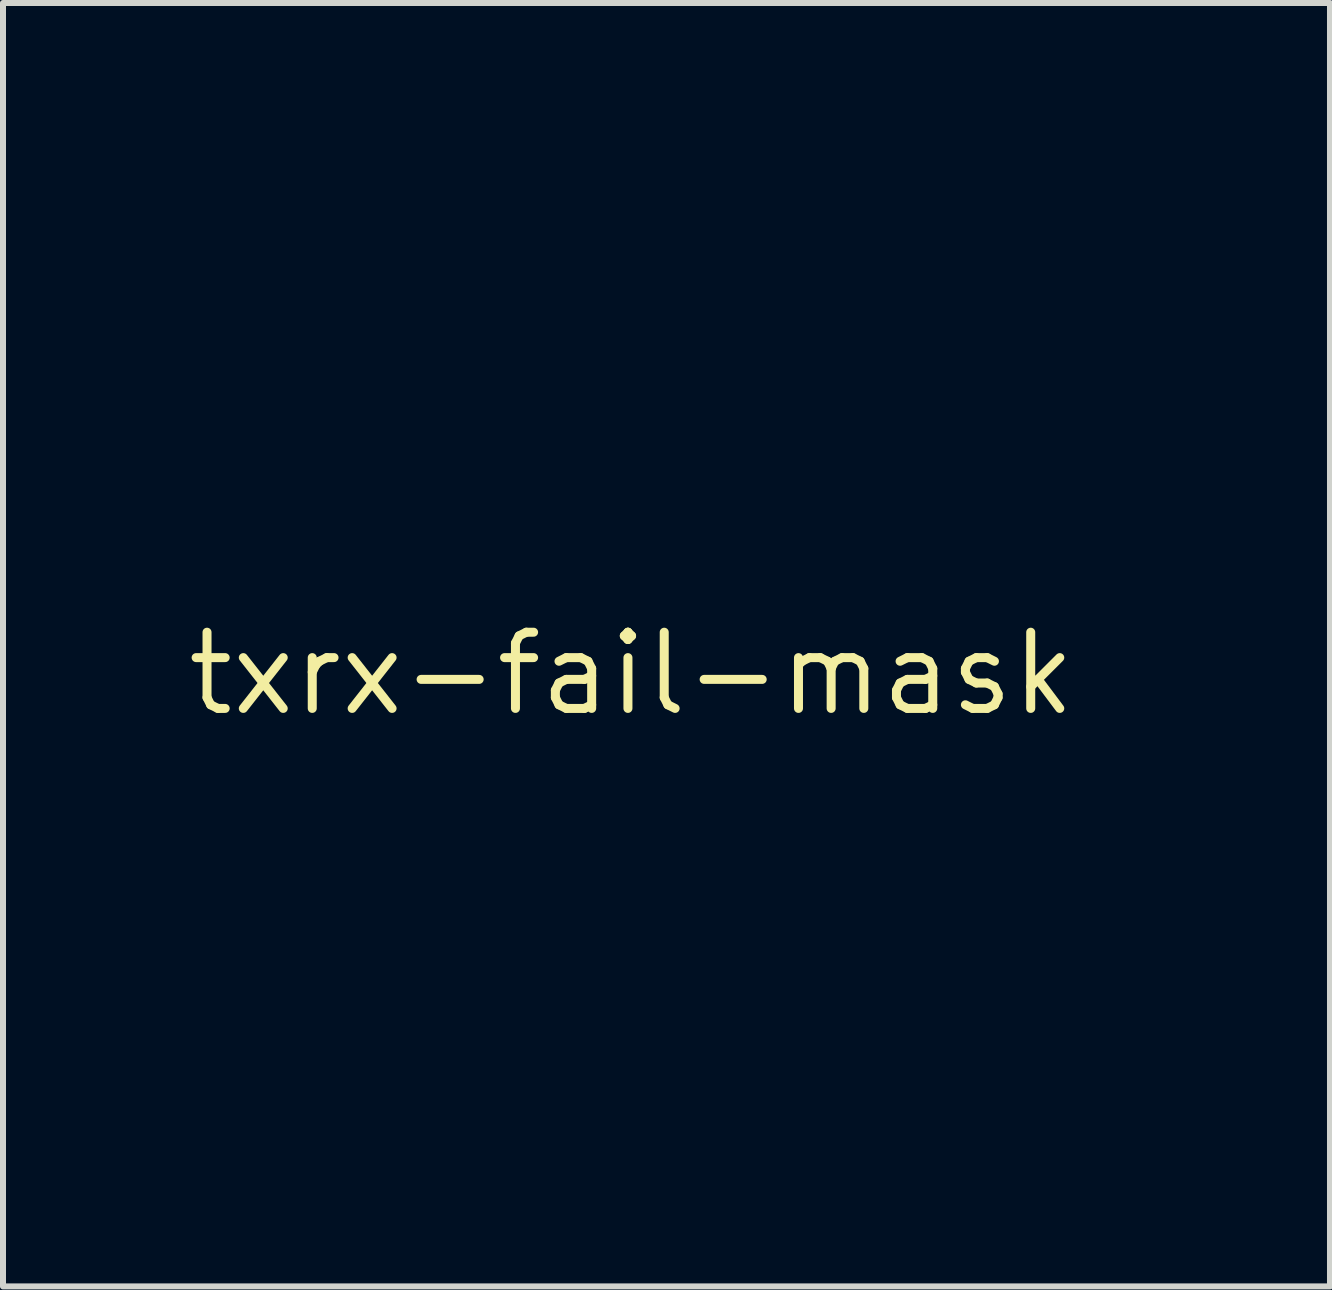
<source format=kicad_pcb>
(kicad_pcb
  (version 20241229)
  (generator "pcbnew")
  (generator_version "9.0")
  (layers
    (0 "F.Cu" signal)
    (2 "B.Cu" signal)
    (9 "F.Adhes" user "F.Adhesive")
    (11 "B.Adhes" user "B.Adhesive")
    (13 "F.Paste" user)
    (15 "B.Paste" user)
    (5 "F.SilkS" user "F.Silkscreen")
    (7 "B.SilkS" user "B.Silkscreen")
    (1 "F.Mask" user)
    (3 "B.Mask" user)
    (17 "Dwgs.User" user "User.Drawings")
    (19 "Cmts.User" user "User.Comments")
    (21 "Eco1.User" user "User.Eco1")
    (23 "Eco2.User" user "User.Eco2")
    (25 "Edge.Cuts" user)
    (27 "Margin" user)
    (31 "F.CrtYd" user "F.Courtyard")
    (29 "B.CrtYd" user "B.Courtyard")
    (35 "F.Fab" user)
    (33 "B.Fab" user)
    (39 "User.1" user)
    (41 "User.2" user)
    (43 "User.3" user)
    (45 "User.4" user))
  (footprint "txrx-fail-mask"
    (layer "F.Cu")
    (at 7.476 8.177)
    (property "Reference" "txrx-fail-mask" (at 0 0 0) (layer "F.SilkS") (effects (font (size 1.27 1.27) (thickness 0.15))))
    (attr through_hole)
    (fp_poly (pts (xy 0.758 -1.405) (xy 0.877 -1.371) (xy 0.99 -1.319) (xy 1.095 -1.249) (xy 1.187 -1.163) (xy 1.267 -1.06) (xy 1.33 -0.942) (xy 1.372 -0.818) (xy 1.394 -0.684) (xy 1.391 -0.551) (xy 1.367 -0.421) (xy 1.322 -0.297) (xy 1.257 -0.182) (xy 1.174 -0.079) (xy 1.074 0.008) (xy 0.964 0.075) (xy 0.828 0.129) (xy 0.69 0.158) (xy 0.551 0.162) (xy 0.433 0.146) (xy 0.304 0.105) (xy 0.185 0.043) (xy 0.08 -0.037) (xy -0.011 -0.133) (xy -0.085 -0.243) (xy -0.141 -0.363) (xy -0.176 -0.492) (xy -0.188 -0.626) (xy -0.186 -0.673) (xy -0.165 -0.815) (xy -0.121 -0.947) (xy -0.054 -1.068) (xy 0.036 -1.178) (xy 0.045 -1.187) (xy 0.151 -1.277) (xy 0.266 -1.344) (xy 0.386 -1.39) (xy 0.51 -1.415) (xy 0.634 -1.42) (xy 0.758 -1.405)) (stroke (width 0.01) (type solid)) (fill yes) (layer "F.Mask"))
    (fp_poly (pts (xy 7.957 -1.413) (xy 8.031 -1.397) (xy 8.163 -1.352) (xy 8.281 -1.286) (xy 8.385 -1.203) (xy 8.473 -1.106) (xy 8.543 -0.996) (xy 8.595 -0.876) (xy 8.626 -0.749) (xy 8.635 -0.617) (xy 8.621 -0.482) (xy 8.611 -0.44) (xy 8.565 -0.307) (xy 8.499 -0.188) (xy 8.415 -0.084) (xy 8.317 0.004) (xy 8.205 0.074) (xy 8.084 0.125) (xy 7.955 0.156) (xy 7.82 0.163) (xy 7.682 0.148) (xy 7.672 0.146) (xy 7.543 0.105) (xy 7.424 0.043) (xy 7.318 -0.037) (xy 7.227 -0.133) (xy 7.153 -0.243) (xy 7.098 -0.363) (xy 7.063 -0.492) (xy 7.051 -0.626) (xy 7.053 -0.673) (xy 7.073 -0.81) (xy 7.115 -0.937) (xy 7.176 -1.053) (xy 7.255 -1.156) (xy 7.348 -1.245) (xy 7.454 -1.317) (xy 7.57 -1.372) (xy 7.694 -1.407) (xy 7.824 -1.421) (xy 7.957 -1.413)) (stroke (width 0.01) (type solid)) (fill yes) (layer "F.Mask"))
    (fp_poly (pts (xy 0.687 -8.167) (xy 0.783 -8.153) (xy 0.826 -8.142) (xy 0.958 -8.089) (xy 1.076 -8.017) (xy 1.178 -7.927) (xy 1.262 -7.822) (xy 1.328 -7.705) (xy 1.373 -7.576) (xy 1.395 -7.439) (xy 1.397 -7.379) (xy 1.385 -7.24) (xy 1.35 -7.109) (xy 1.295 -6.987) (xy 1.22 -6.878) (xy 1.129 -6.783) (xy 1.023 -6.704) (xy 0.904 -6.643) (xy 0.774 -6.603) (xy 0.65 -6.586) (xy 0.592 -6.584) (xy 0.533 -6.586) (xy 0.488 -6.59) (xy 0.353 -6.624) (xy 0.227 -6.68) (xy 0.114 -6.756) (xy 0.015 -6.849) (xy -0.068 -6.957) (xy -0.131 -7.079) (xy -0.165 -7.183) (xy -0.188 -7.32) (xy -0.187 -7.455) (xy -0.163 -7.586) (xy -0.118 -7.709) (xy -0.052 -7.824) (xy 0.032 -7.926) (xy 0.133 -8.015) (xy 0.25 -8.088) (xy 0.382 -8.143) (xy 0.401 -8.148) (xy 0.486 -8.165) (xy 0.585 -8.172) (xy 0.687 -8.167)) (stroke (width 0.01) (type solid)) (fill yes) (layer "F.Mask"))
    (fp_poly (pts (xy 0.715 5.634) (xy 0.787 5.646) (xy 0.914 5.688) (xy 1.031 5.752) (xy 1.137 5.834) (xy 1.229 5.933) (xy 1.303 6.044) (xy 1.356 6.165) (xy 1.379 6.246) (xy 1.396 6.384) (xy 1.389 6.519) (xy 1.36 6.65) (xy 1.31 6.772) (xy 1.242 6.885) (xy 1.156 6.985) (xy 1.053 7.07) (xy 0.937 7.137) (xy 0.808 7.183) (xy 0.741 7.196) (xy 0.662 7.205) (xy 0.58 7.208) (xy 0.507 7.205) (xy 0.474 7.2) (xy 0.339 7.164) (xy 0.214 7.105) (xy 0.102 7.026) (xy 0.004 6.93) (xy -0.077 6.819) (xy -0.137 6.694) (xy -0.147 6.667) (xy -0.179 6.534) (xy -0.188 6.401) (xy -0.174 6.271) (xy -0.138 6.146) (xy -0.084 6.028) (xy -0.011 5.921) (xy 0.078 5.826) (xy 0.183 5.746) (xy 0.301 5.684) (xy 0.423 5.645) (xy 0.513 5.631) (xy 0.614 5.627) (xy 0.715 5.634)) (stroke (width 0.01) (type solid)) (fill yes) (layer "F.Mask"))
    (fp_poly (pts (xy 7.959 -8.16) (xy 8.029 -8.149) (xy 8.044 -8.146) (xy 8.166 -8.102) (xy 8.28 -8.036) (xy 8.383 -7.952) (xy 8.472 -7.853) (xy 8.545 -7.742) (xy 8.597 -7.622) (xy 8.617 -7.549) (xy 8.635 -7.406) (xy 8.628 -7.268) (xy 8.597 -7.136) (xy 8.542 -7.011) (xy 8.463 -6.893) (xy 8.401 -6.825) (xy 8.294 -6.731) (xy 8.18 -6.661) (xy 8.058 -6.615) (xy 7.926 -6.592) (xy 7.782 -6.591) (xy 7.753 -6.593) (xy 7.627 -6.616) (xy 7.511 -6.659) (xy 7.401 -6.725) (xy 7.295 -6.815) (xy 7.283 -6.826) (xy 7.193 -6.929) (xy 7.127 -7.037) (xy 7.083 -7.153) (xy 7.06 -7.28) (xy 7.055 -7.379) (xy 7.065 -7.516) (xy 7.094 -7.64) (xy 7.144 -7.753) (xy 7.218 -7.859) (xy 7.283 -7.932) (xy 7.39 -8.025) (xy 7.504 -8.095) (xy 7.628 -8.142) (xy 7.645 -8.147) (xy 7.71 -8.159) (xy 7.789 -8.165) (xy 7.875 -8.165) (xy 7.959 -8.16)) (stroke (width 0.01) (type solid)) (fill yes) (layer "F.Mask"))
    (fp_poly (pts (xy 8.026 5.648) (xy 8.15 5.688) (xy 8.266 5.749) (xy 8.371 5.828) (xy 8.462 5.924) (xy 8.537 6.037) (xy 8.569 6.102) (xy 8.595 6.167) (xy 8.613 6.222) (xy 8.623 6.276) (xy 8.628 6.339) (xy 8.629 6.413) (xy 8.628 6.489) (xy 8.624 6.548) (xy 8.615 6.598) (xy 8.602 6.648) (xy 8.601 6.648) (xy 8.548 6.777) (xy 8.474 6.893) (xy 8.383 6.995) (xy 8.276 7.079) (xy 8.157 7.143) (xy 8.087 7.169) (xy 7.996 7.192) (xy 7.897 7.205) (xy 7.8 7.208) (xy 7.715 7.201) (xy 7.713 7.2) (xy 7.579 7.164) (xy 7.453 7.104) (xy 7.336 7.022) (xy 7.275 6.966) (xy 7.188 6.862) (xy 7.123 6.748) (xy 7.079 6.627) (xy 7.056 6.502) (xy 7.053 6.375) (xy 7.07 6.25) (xy 7.107 6.129) (xy 7.162 6.014) (xy 7.236 5.909) (xy 7.327 5.816) (xy 7.437 5.737) (xy 7.503 5.702) (xy 7.632 5.654) (xy 7.764 5.629) (xy 7.896 5.628) (xy 8.026 5.648)) (stroke (width 0.01) (type solid)) (fill yes) (layer "F.Mask")))
  (gr_rect
    (start -3 -3)
    (end 19.116 18.39)
    (stroke (width 0.1) (type default))
    (fill no)
    (layer "Edge.Cuts")))
</source>
